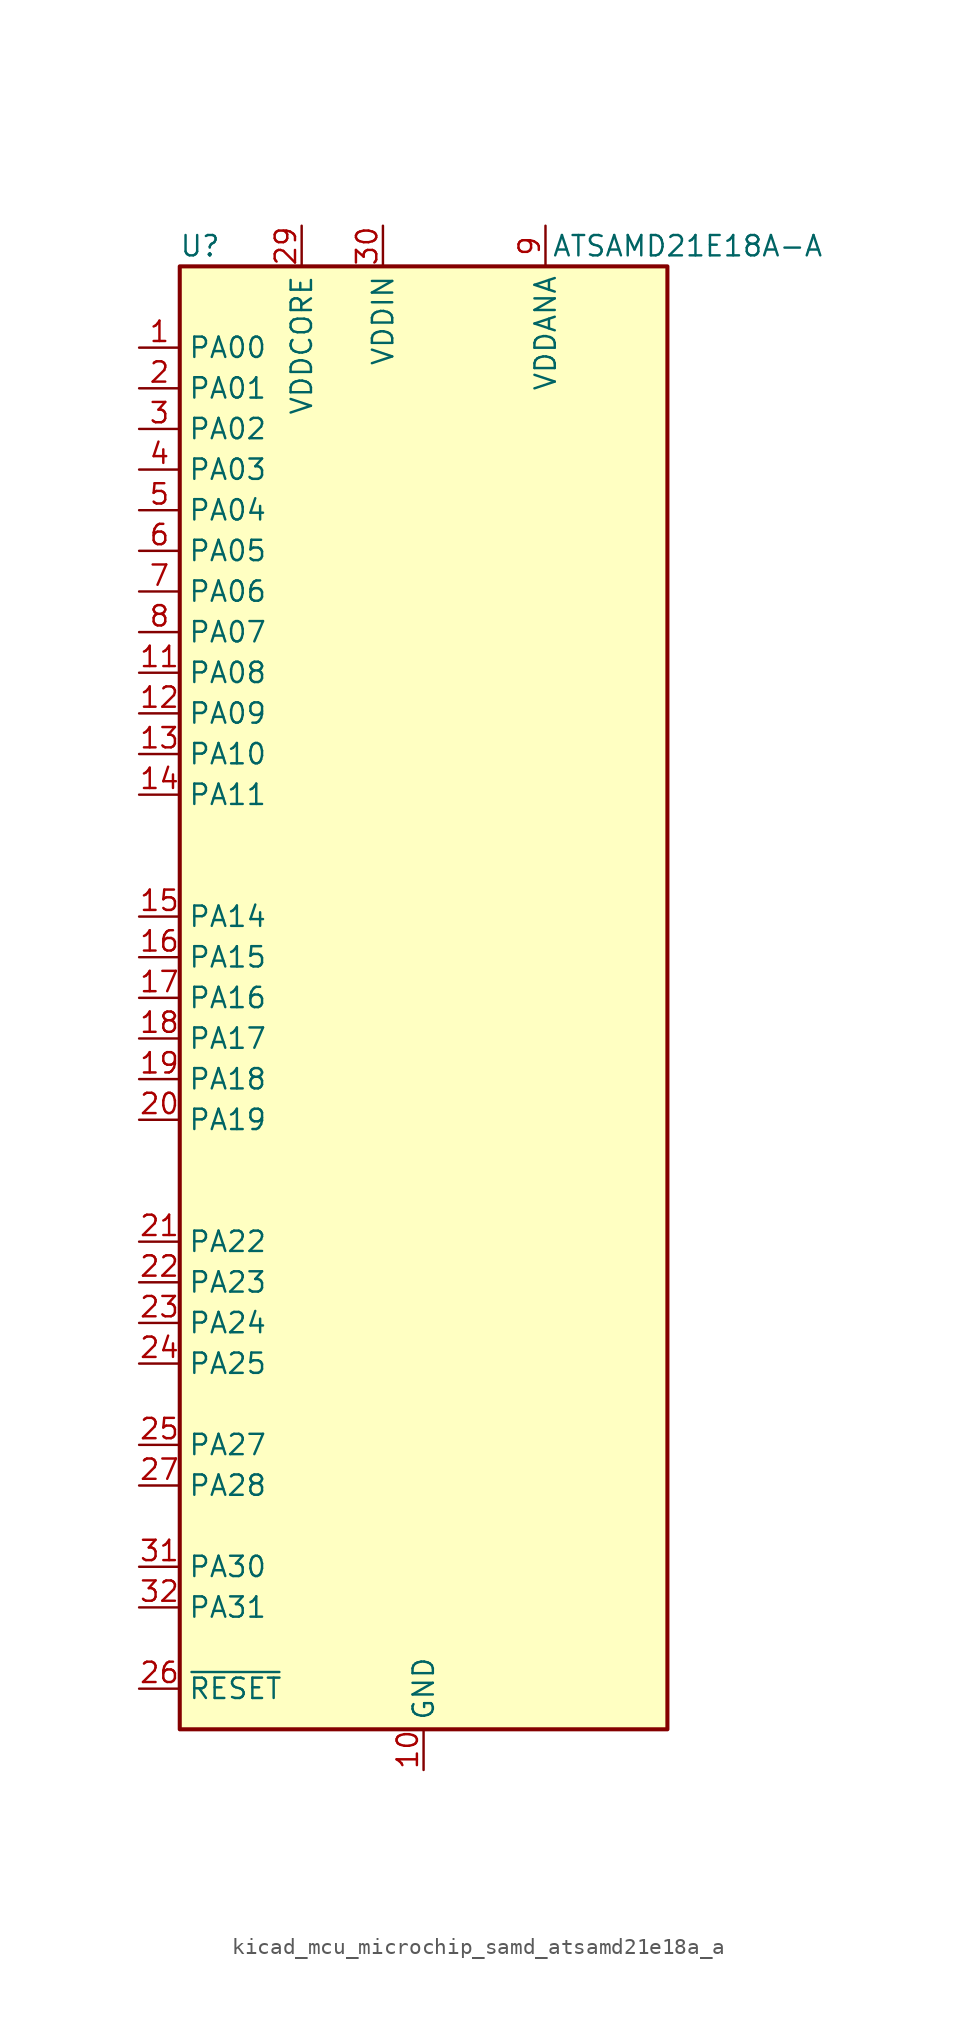
<source format=kicad_sym>
(kicad_symbol_lib
  (version 20220914)
  (generator kicad_symbol_editor)
  (symbol "kicad_mcu_microchip_samd_atsamd21e18a_a"
    (property "Reference" "U"
      (at -13.97 46.99 0)
      (effects (font (size 1.27 1.27))))
    (property "Value" "ATSAMD21E18A-A"
      (at 16.51 46.99 0)
      (effects (font (size 1.27 1.27))))
    (symbol "kicad_mcu_microchip_samd_atsamd21e18a_a_1_1"
      (rectangle (start -15.24 45.72) (end 15.24 -45.72) (stroke (width 0.254) (type default)) (fill (type background)))
      (pin bidirectional line (at -17.78 40.64 0) (length 2.54) (name "PA00" (effects (font (size 1.27 1.27)))) (number "1" (effects (font (size 1.27 1.27)))))
      (pin power_in line (at 0 -48.26 90) (length 2.54) (name "GND" (effects (font (size 1.27 1.27)))) (number "10" (effects (font (size 1.27 1.27)))))
      (pin bidirectional line (at -17.78 20.32 0) (length 2.54) (name "PA08" (effects (font (size 1.27 1.27)))) (number "11" (effects (font (size 1.27 1.27)))))
      (pin bidirectional line (at -17.78 17.78 0) (length 2.54) (name "PA09" (effects (font (size 1.27 1.27)))) (number "12" (effects (font (size 1.27 1.27)))))
      (pin bidirectional line (at -17.78 15.24 0) (length 2.54) (name "PA10" (effects (font (size 1.27 1.27)))) (number "13" (effects (font (size 1.27 1.27)))))
      (pin bidirectional line (at -17.78 12.7 0) (length 2.54) (name "PA11" (effects (font (size 1.27 1.27)))) (number "14" (effects (font (size 1.27 1.27)))))
      (pin bidirectional line (at -17.78 5.08 0) (length 2.54) (name "PA14" (effects (font (size 1.27 1.27)))) (number "15" (effects (font (size 1.27 1.27)))))
      (pin bidirectional line (at -17.78 2.54 0) (length 2.54) (name "PA15" (effects (font (size 1.27 1.27)))) (number "16" (effects (font (size 1.27 1.27)))))
      (pin bidirectional line (at -17.78 0 0) (length 2.54) (name "PA16" (effects (font (size 1.27 1.27)))) (number "17" (effects (font (size 1.27 1.27)))))
      (pin bidirectional line (at -17.78 -2.54 0) (length 2.54) (name "PA17" (effects (font (size 1.27 1.27)))) (number "18" (effects (font (size 1.27 1.27)))))
      (pin bidirectional line (at -17.78 -5.08 0) (length 2.54) (name "PA18" (effects (font (size 1.27 1.27)))) (number "19" (effects (font (size 1.27 1.27)))))
      (pin bidirectional line (at -17.78 38.1 0) (length 2.54) (name "PA01" (effects (font (size 1.27 1.27)))) (number "2" (effects (font (size 1.27 1.27)))))
      (pin bidirectional line (at -17.78 -7.62 0) (length 2.54) (name "PA19" (effects (font (size 1.27 1.27)))) (number "20" (effects (font (size 1.27 1.27)))))
      (pin bidirectional line (at -17.78 -15.24 0) (length 2.54) (name "PA22" (effects (font (size 1.27 1.27)))) (number "21" (effects (font (size 1.27 1.27)))))
      (pin bidirectional line (at -17.78 -17.78 0) (length 2.54) (name "PA23" (effects (font (size 1.27 1.27)))) (number "22" (effects (font (size 1.27 1.27)))))
      (pin bidirectional line (at -17.78 -20.32 0) (length 2.54) (name "PA24" (effects (font (size 1.27 1.27)))) (number "23" (effects (font (size 1.27 1.27)))))
      (pin bidirectional line (at -17.78 -22.86 0) (length 2.54) (name "PA25" (effects (font (size 1.27 1.27)))) (number "24" (effects (font (size 1.27 1.27)))))
      (pin bidirectional line (at -17.78 -27.94 0) (length 2.54) (name "PA27" (effects (font (size 1.27 1.27)))) (number "25" (effects (font (size 1.27 1.27)))))
      (pin input line (at -17.78 -43.18 0) (length 2.54) (name "~{RESET}" (effects (font (size 1.27 1.27)))) (number "26" (effects (font (size 1.27 1.27)))))
      (pin bidirectional line (at -17.78 -30.48 0) (length 2.54) (name "PA28" (effects (font (size 1.27 1.27)))) (number "27" (effects (font (size 1.27 1.27)))))
      (pin passive line (at 0 -48.26 90) (length 2.54) hide (name "GND" (effects (font (size 1.27 1.27)))) (number "28" (effects (font (size 1.27 1.27)))))
      (pin power_out line (at -7.62 48.26 270) (length 2.54) (name "VDDCORE" (effects (font (size 1.27 1.27)))) (number "29" (effects (font (size 1.27 1.27)))))
      (pin bidirectional line (at -17.78 35.56 0) (length 2.54) (name "PA02" (effects (font (size 1.27 1.27)))) (number "3" (effects (font (size 1.27 1.27)))))
      (pin power_in line (at -2.54 48.26 270) (length 2.54) (name "VDDIN" (effects (font (size 1.27 1.27)))) (number "30" (effects (font (size 1.27 1.27)))))
      (pin bidirectional line (at -17.78 -35.56 0) (length 2.54) (name "PA30" (effects (font (size 1.27 1.27)))) (number "31" (effects (font (size 1.27 1.27)))))
      (pin bidirectional line (at -17.78 -38.1 0) (length 2.54) (name "PA31" (effects (font (size 1.27 1.27)))) (number "32" (effects (font (size 1.27 1.27)))))
      (pin bidirectional line (at -17.78 33.02 0) (length 2.54) (name "PA03" (effects (font (size 1.27 1.27)))) (number "4" (effects (font (size 1.27 1.27)))))
      (pin bidirectional line (at -17.78 30.48 0) (length 2.54) (name "PA04" (effects (font (size 1.27 1.27)))) (number "5" (effects (font (size 1.27 1.27)))))
      (pin bidirectional line (at -17.78 27.94 0) (length 2.54) (name "PA05" (effects (font (size 1.27 1.27)))) (number "6" (effects (font (size 1.27 1.27)))))
      (pin bidirectional line (at -17.78 25.4 0) (length 2.54) (name "PA06" (effects (font (size 1.27 1.27)))) (number "7" (effects (font (size 1.27 1.27)))))
      (pin bidirectional line (at -17.78 22.86 0) (length 2.54) (name "PA07" (effects (font (size 1.27 1.27)))) (number "8" (effects (font (size 1.27 1.27)))))
      (pin power_in line (at 7.62 48.26 270) (length 2.54) (name "VDDANA" (effects (font (size 1.27 1.27)))) (number "9" (effects (font (size 1.27 1.27))))))))
</source>
